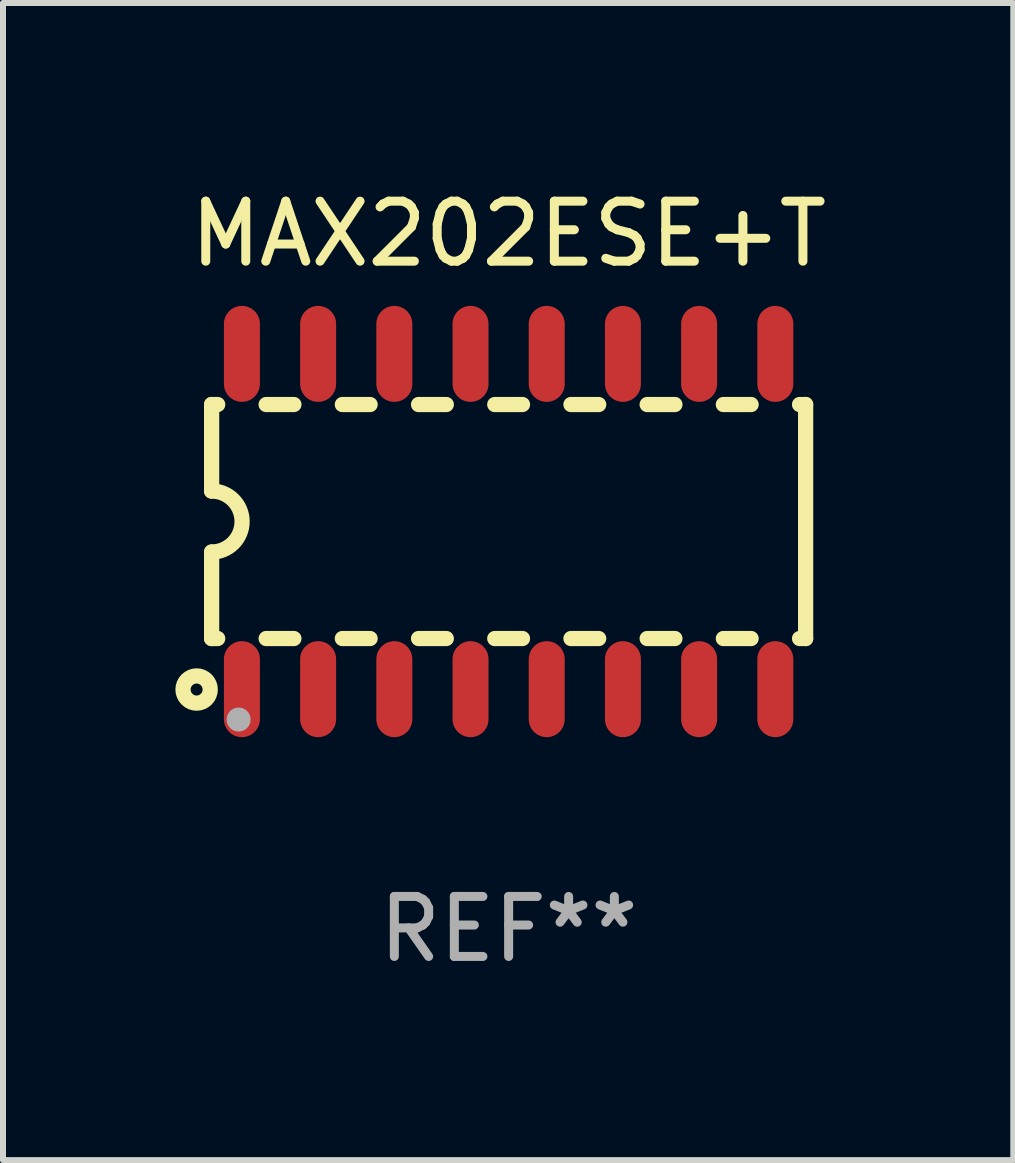
<source format=kicad_pcb>
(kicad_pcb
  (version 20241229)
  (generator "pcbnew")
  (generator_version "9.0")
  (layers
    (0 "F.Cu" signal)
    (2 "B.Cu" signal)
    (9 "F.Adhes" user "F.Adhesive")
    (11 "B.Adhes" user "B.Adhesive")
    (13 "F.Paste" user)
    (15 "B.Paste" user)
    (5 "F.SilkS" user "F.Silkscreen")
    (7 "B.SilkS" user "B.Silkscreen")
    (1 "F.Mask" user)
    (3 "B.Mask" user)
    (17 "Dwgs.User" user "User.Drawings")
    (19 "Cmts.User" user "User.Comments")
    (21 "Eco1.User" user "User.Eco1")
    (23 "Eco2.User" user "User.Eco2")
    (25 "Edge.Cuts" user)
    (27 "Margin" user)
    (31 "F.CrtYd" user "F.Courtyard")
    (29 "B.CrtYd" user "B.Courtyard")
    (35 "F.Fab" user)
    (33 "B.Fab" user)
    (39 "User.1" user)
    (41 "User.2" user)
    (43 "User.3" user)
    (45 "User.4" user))
  (footprint "MAX202ESE+T"
    (layer "F.Cu")
    (at 5.427 5.642)
    (property "Reference" "MAX202ESE+T" (at 0 -4.794 0) (layer "F.SilkS") (effects (font (size 1 1) (thickness 0.15))))
    (attr through_hole)
    (fp_line (start -4.95 -1.95) (end -4.95 -0.508) (stroke (width 0.254) (type solid)) (layer "F.SilkS"))
    (fp_line (start -4.95 -1.95) (end -4.849 -1.95) (stroke (width 0.254) (type solid)) (layer "F.SilkS"))
    (fp_line (start -4.95 1.95) (end -4.95 0.508) (stroke (width 0.254) (type solid)) (layer "F.SilkS"))
    (fp_line (start -4.95 1.95) (end -4.849 1.95) (stroke (width 0.254) (type solid)) (layer "F.SilkS"))
    (fp_line (start -4.041 -1.95) (end -3.579 -1.95) (stroke (width 0.254) (type solid)) (layer "F.SilkS"))
    (fp_line (start -4.041 1.95) (end -3.579 1.95) (stroke (width 0.254) (type solid)) (layer "F.SilkS"))
    (fp_line (start -2.771 -1.95) (end -2.309 -1.95) (stroke (width 0.254) (type solid)) (layer "F.SilkS"))
    (fp_line (start -2.771 1.95) (end -2.309 1.95) (stroke (width 0.254) (type solid)) (layer "F.SilkS"))
    (fp_line (start -1.501 -1.95) (end -1.039 -1.95) (stroke (width 0.254) (type solid)) (layer "F.SilkS"))
    (fp_line (start -1.501 1.95) (end -1.039 1.95) (stroke (width 0.254) (type solid)) (layer "F.SilkS"))
    (fp_line (start -0.231 -1.95) (end 0.231 -1.95) (stroke (width 0.254) (type solid)) (layer "F.SilkS"))
    (fp_line (start -0.231 1.95) (end 0.231 1.95) (stroke (width 0.254) (type solid)) (layer "F.SilkS"))
    (fp_line (start 1.039 -1.95) (end 1.501 -1.95) (stroke (width 0.254) (type solid)) (layer "F.SilkS"))
    (fp_line (start 1.039 1.95) (end 1.501 1.95) (stroke (width 0.254) (type solid)) (layer "F.SilkS"))
    (fp_line (start 2.309 -1.95) (end 2.771 -1.95) (stroke (width 0.254) (type solid)) (layer "F.SilkS"))
    (fp_line (start 2.309 1.95) (end 2.771 1.95) (stroke (width 0.254) (type solid)) (layer "F.SilkS"))
    (fp_line (start 3.579 -1.95) (end 4.041 -1.95) (stroke (width 0.254) (type solid)) (layer "F.SilkS"))
    (fp_line (start 3.579 1.95) (end 4.041 1.95) (stroke (width 0.254) (type solid)) (layer "F.SilkS"))
    (fp_line (start 4.849 -1.95) (end 4.95 -1.95) (stroke (width 0.254) (type solid)) (layer "F.SilkS"))
    (fp_line (start 4.849 1.95) (end 4.95 1.95) (stroke (width 0.254) (type solid)) (layer "F.SilkS"))
    (fp_line (start 4.95 -1.95) (end 4.95 1.95) (stroke (width 0.254) (type solid)) (layer "F.SilkS"))
    (fp_arc (start -4.95047 -0.508001) (mid -4.442469 -0.000228) (end -4.950013 0.508001) (stroke (width 0.254001) (type solid)) (layer "F.SilkS"))
    (fp_circle (center -5.2 2.8) (end -5.1 2.8) (stroke (width 0.254) (type solid)) (fill no) (layer "F.SilkS"))
    (fp_circle (center -4.95 2.947) (end -4.92 2.947) (stroke (width 0.06) (type solid)) (fill no) (layer "F.SilkS"))
    (fp_circle (center -4.5 3.3) (end -4.4 3.3) (stroke (width 0.2) (type solid)) (fill no) (layer "F.Fab"))
    (fp_text user "REF**" (at 0 6.794 0) (layer "F.Fab") (effects (font (size 1 1) (thickness 0.15))))
    (pad "1" smd oval (at -4.445 2.794) (size 0.6 1.6) (layers "F.Cu" "F.Mask" "F.Paste"))
    (pad "2" smd oval (at -3.175 2.794) (size 0.6 1.6) (layers "F.Cu" "F.Mask" "F.Paste"))
    (pad "3" smd oval (at -1.905 2.794) (size 0.6 1.6) (layers "F.Cu" "F.Mask" "F.Paste"))
    (pad "4" smd oval (at -0.635 2.794) (size 0.6 1.6) (layers "F.Cu" "F.Mask" "F.Paste"))
    (pad "5" smd oval (at 0.635 2.794) (size 0.6 1.6) (layers "F.Cu" "F.Mask" "F.Paste"))
    (pad "6" smd oval (at 1.905 2.794) (size 0.6 1.6) (layers "F.Cu" "F.Mask" "F.Paste"))
    (pad "7" smd oval (at 3.175 2.794) (size 0.6 1.6) (layers "F.Cu" "F.Mask" "F.Paste"))
    (pad "8" smd oval (at 4.445 2.794) (size 0.6 1.6) (layers "F.Cu" "F.Mask" "F.Paste"))
    (pad "9" smd oval (at 4.445 -2.794) (size 0.6 1.6) (layers "F.Cu" "F.Mask" "F.Paste"))
    (pad "10" smd oval (at 3.175 -2.794) (size 0.6 1.6) (layers "F.Cu" "F.Mask" "F.Paste"))
    (pad "11" smd oval (at 1.905 -2.794) (size 0.6 1.6) (layers "F.Cu" "F.Mask" "F.Paste"))
    (pad "12" smd oval (at 0.635 -2.794) (size 0.6 1.6) (layers "F.Cu" "F.Mask" "F.Paste"))
    (pad "13" smd oval (at -0.635 -2.794) (size 0.6 1.6) (layers "F.Cu" "F.Mask" "F.Paste"))
    (pad "14" smd oval (at -1.905 -2.794) (size 0.6 1.6) (layers "F.Cu" "F.Mask" "F.Paste"))
    (pad "15" smd oval (at -3.175 -2.794) (size 0.6 1.6) (layers "F.Cu" "F.Mask" "F.Paste"))
    (pad "16" smd oval (at -4.445 -2.794) (size 0.6 1.6) (layers "F.Cu" "F.Mask" "F.Paste")))
  (gr_rect
    (start -3 -3)
    (end 13.838 16.285)
    (stroke (width 0.1) (type default))
    (fill no)
    (layer "Edge.Cuts")))
</source>
